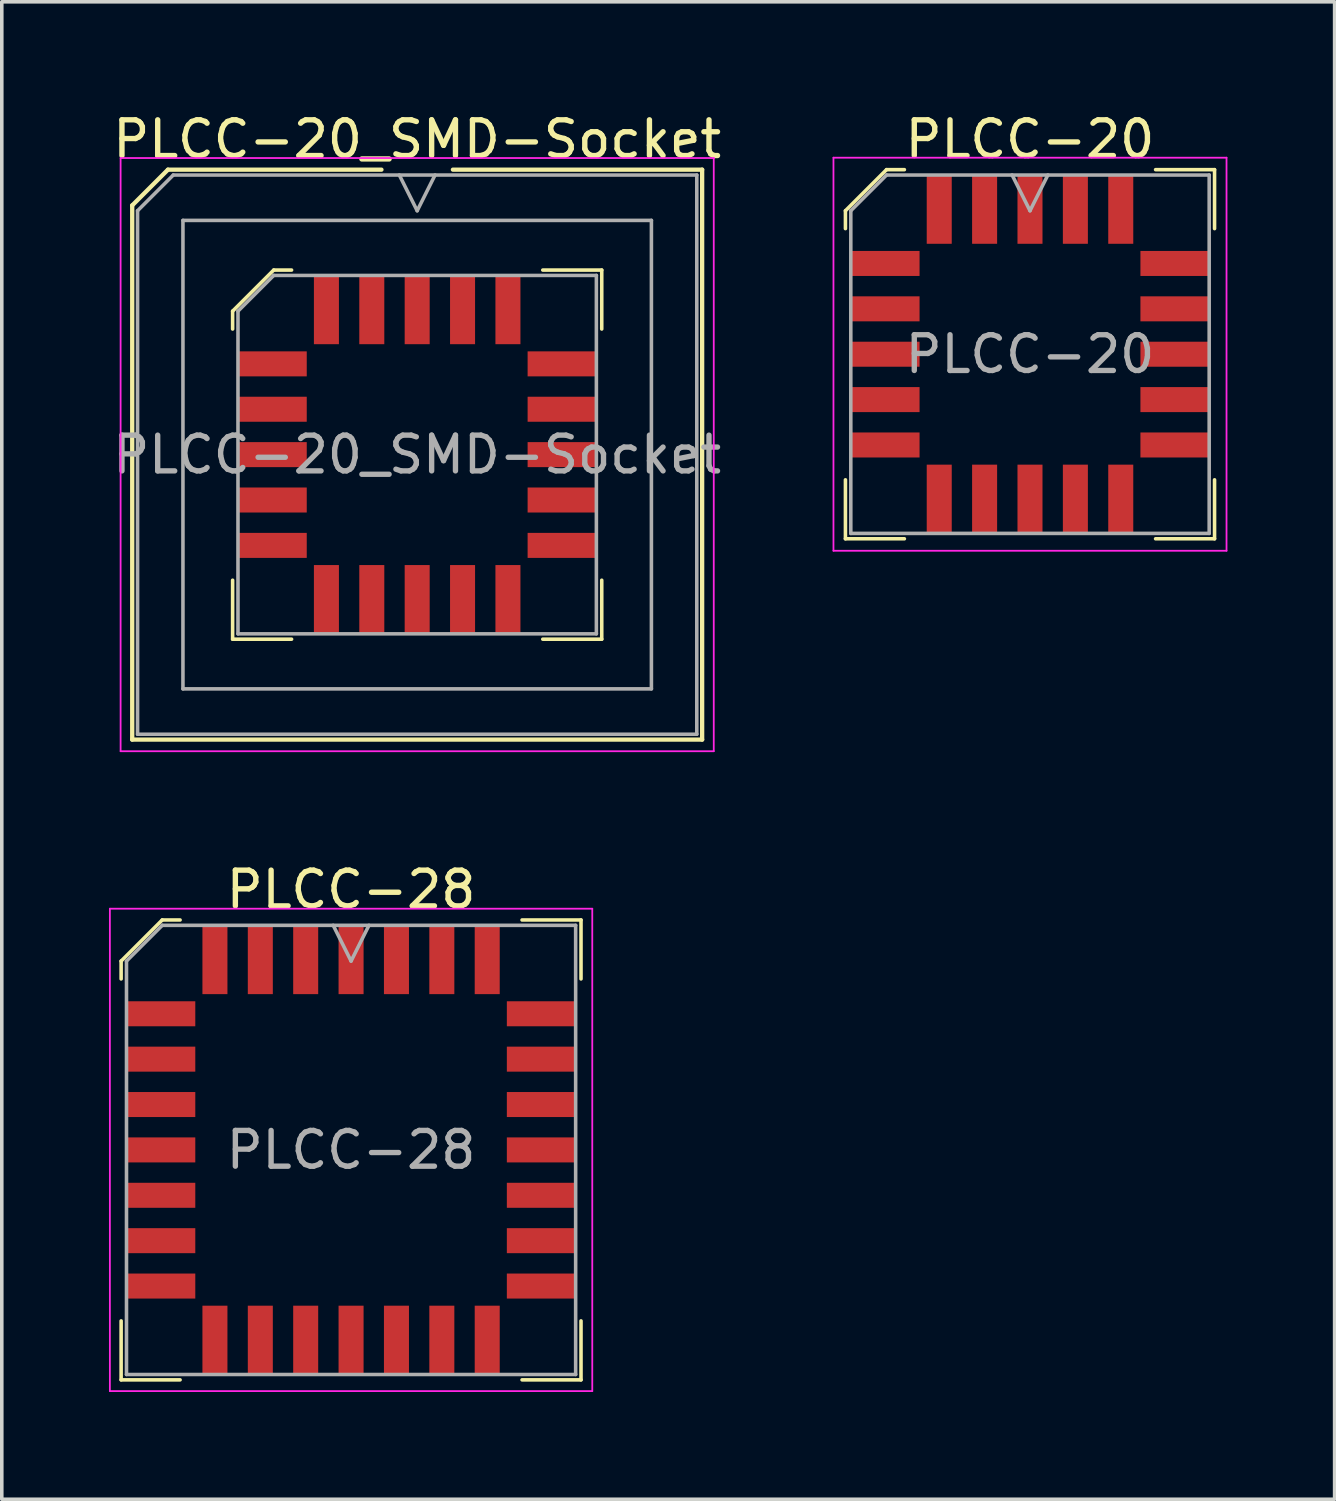
<source format=kicad_pcb>
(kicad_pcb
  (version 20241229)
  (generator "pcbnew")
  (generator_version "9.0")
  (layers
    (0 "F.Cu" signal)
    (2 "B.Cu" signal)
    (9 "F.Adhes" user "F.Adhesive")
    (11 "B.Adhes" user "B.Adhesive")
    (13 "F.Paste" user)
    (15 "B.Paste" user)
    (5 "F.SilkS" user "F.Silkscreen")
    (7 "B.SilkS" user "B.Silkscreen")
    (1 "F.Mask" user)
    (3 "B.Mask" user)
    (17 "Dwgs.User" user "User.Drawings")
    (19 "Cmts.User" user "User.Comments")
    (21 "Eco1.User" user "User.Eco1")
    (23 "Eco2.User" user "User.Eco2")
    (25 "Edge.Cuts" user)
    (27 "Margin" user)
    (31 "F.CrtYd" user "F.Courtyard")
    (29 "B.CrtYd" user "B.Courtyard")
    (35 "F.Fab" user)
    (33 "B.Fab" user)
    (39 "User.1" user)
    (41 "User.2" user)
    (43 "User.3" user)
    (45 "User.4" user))
  (footprint "PLCC-20"
    (layer "F.Cu")
    (at 25.775 6.863)
    (property "Reference" "PLCC-20" (at 0 -6.015 0) (layer "F.SilkS") (effects (font (size 1 1) (thickness 0.15))))
    (attr smd)
    (fp_line (start -5.165 -4.015) (end -5.165 -3.515) (stroke (width 0.1) (type solid)) (layer "F.SilkS"))
    (fp_line (start -5.165 5.165) (end -5.165 3.515) (stroke (width 0.1) (type solid)) (layer "F.SilkS"))
    (fp_line (start -4.015 -5.165) (end -5.165 -4.015) (stroke (width 0.1) (type solid)) (layer "F.SilkS"))
    (fp_line (start -3.515 -5.165) (end -4.015 -5.165) (stroke (width 0.1) (type solid)) (layer "F.SilkS"))
    (fp_line (start -3.515 5.165) (end -5.165 5.165) (stroke (width 0.1) (type solid)) (layer "F.SilkS"))
    (fp_line (start 3.515 -5.165) (end 5.165 -5.165) (stroke (width 0.1) (type solid)) (layer "F.SilkS"))
    (fp_line (start 3.515 5.165) (end 5.165 5.165) (stroke (width 0.1) (type solid)) (layer "F.SilkS"))
    (fp_line (start 5.165 -5.165) (end 5.165 -3.515) (stroke (width 0.1) (type solid)) (layer "F.SilkS"))
    (fp_line (start 5.165 5.165) (end 5.165 3.515) (stroke (width 0.1) (type solid)) (layer "F.SilkS"))
    (fp_line (start -5.5 -5.5) (end -5.5 5.5) (stroke (width 0.05) (type solid)) (layer "F.CrtYd"))
    (fp_line (start -5.5 5.5) (end 5.5 5.5) (stroke (width 0.05) (type solid)) (layer "F.CrtYd"))
    (fp_line (start 5.5 -5.5) (end -5.5 -5.5) (stroke (width 0.05) (type solid)) (layer "F.CrtYd"))
    (fp_line (start 5.5 5.5) (end 5.5 -5.5) (stroke (width 0.05) (type solid)) (layer "F.CrtYd"))
    (fp_line (start -5.015 -4.015) (end -5.015 5.015) (stroke (width 0.1) (type solid)) (layer "F.Fab"))
    (fp_line (start -5.015 5.015) (end 5.015 5.015) (stroke (width 0.1) (type solid)) (layer "F.Fab"))
    (fp_line (start -4.015 -5.015) (end -5.015 -4.015) (stroke (width 0.1) (type solid)) (layer "F.Fab"))
    (fp_line (start -0.5 -5.015) (end 0 -4.015) (stroke (width 0.1) (type solid)) (layer "F.Fab"))
    (fp_line (start 0 -4.015) (end 0.5 -5.015) (stroke (width 0.1) (type solid)) (layer "F.Fab"))
    (fp_line (start 5.015 -5.015) (end -4.015 -5.015) (stroke (width 0.1) (type solid)) (layer "F.Fab"))
    (fp_line (start 5.015 5.015) (end 5.015 -5.015) (stroke (width 0.1) (type solid)) (layer "F.Fab"))
    (fp_text user "${REFERENCE}" (at 0 0 0) (layer "F.Fab") (effects (font (size 1 1) (thickness 0.15))))
    (pad "1" smd rect (at 0 -4.053) (size 0.7 1.925) (layers "F.Cu" "F.Mask" "F.Paste"))
    (pad "2" smd rect (at -1.27 -4.053) (size 0.7 1.925) (layers "F.Cu" "F.Mask" "F.Paste"))
    (pad "3" smd rect (at -2.54 -4.053) (size 0.7 1.925) (layers "F.Cu" "F.Mask" "F.Paste"))
    (pad "4" smd rect (at -4.053 -2.54) (size 1.925 0.7) (layers "F.Cu" "F.Mask" "F.Paste"))
    (pad "5" smd rect (at -4.053 -1.27) (size 1.925 0.7) (layers "F.Cu" "F.Mask" "F.Paste"))
    (pad "6" smd rect (at -4.053 0) (size 1.925 0.7) (layers "F.Cu" "F.Mask" "F.Paste"))
    (pad "7" smd rect (at -4.053 1.27) (size 1.925 0.7) (layers "F.Cu" "F.Mask" "F.Paste"))
    (pad "8" smd rect (at -4.053 2.54) (size 1.925 0.7) (layers "F.Cu" "F.Mask" "F.Paste"))
    (pad "9" smd rect (at -2.54 4.053) (size 0.7 1.925) (layers "F.Cu" "F.Mask" "F.Paste"))
    (pad "10" smd rect (at -1.27 4.053) (size 0.7 1.925) (layers "F.Cu" "F.Mask" "F.Paste"))
    (pad "11" smd rect (at 0 4.053) (size 0.7 1.925) (layers "F.Cu" "F.Mask" "F.Paste"))
    (pad "12" smd rect (at 1.27 4.053) (size 0.7 1.925) (layers "F.Cu" "F.Mask" "F.Paste"))
    (pad "13" smd rect (at 2.54 4.053) (size 0.7 1.925) (layers "F.Cu" "F.Mask" "F.Paste"))
    (pad "14" smd rect (at 4.053 2.54) (size 1.925 0.7) (layers "F.Cu" "F.Mask" "F.Paste"))
    (pad "15" smd rect (at 4.053 1.27) (size 1.925 0.7) (layers "F.Cu" "F.Mask" "F.Paste"))
    (pad "16" smd rect (at 4.053 0) (size 1.925 0.7) (layers "F.Cu" "F.Mask" "F.Paste"))
    (pad "17" smd rect (at 4.053 -1.27) (size 1.925 0.7) (layers "F.Cu" "F.Mask" "F.Paste"))
    (pad "18" smd rect (at 4.053 -2.54) (size 1.925 0.7) (layers "F.Cu" "F.Mask" "F.Paste"))
    (pad "19" smd rect (at 2.54 -4.053) (size 0.7 1.925) (layers "F.Cu" "F.Mask" "F.Paste"))
    (pad "20" smd rect (at 1.27 -4.053) (size 0.7 1.925) (layers "F.Cu" "F.Mask" "F.Paste")))
  (footprint "PLCC-20_SMD-Socket"
    (layer "F.Cu")
    (at 8.625 9.673)
    (property "Reference" "PLCC-20_SMD-Socket" (at 0 -8.825 0) (layer "F.SilkS") (effects (font (size 1 1) (thickness 0.15))))
    (attr smd)
    (fp_line (start -7.975 -6.975) (end -7.975 7.975) (stroke (width 0.12) (type solid)) (layer "F.SilkS"))
    (fp_line (start -7.975 7.975) (end 7.975 7.975) (stroke (width 0.12) (type solid)) (layer "F.SilkS"))
    (fp_line (start -6.975 -7.975) (end -7.975 -6.975) (stroke (width 0.12) (type solid)) (layer "F.SilkS"))
    (fp_line (start -5.165 -4.015) (end -5.165 -3.515) (stroke (width 0.1) (type solid)) (layer "F.SilkS"))
    (fp_line (start -5.165 5.165) (end -5.165 3.515) (stroke (width 0.1) (type solid)) (layer "F.SilkS"))
    (fp_line (start -4.015 -5.165) (end -5.165 -4.015) (stroke (width 0.1) (type solid)) (layer "F.SilkS"))
    (fp_line (start -3.515 -5.165) (end -4.015 -5.165) (stroke (width 0.1) (type solid)) (layer "F.SilkS"))
    (fp_line (start -3.515 5.165) (end -5.165 5.165) (stroke (width 0.1) (type solid)) (layer "F.SilkS"))
    (fp_line (start -1 -7.975) (end -6.975 -7.975) (stroke (width 0.12) (type solid)) (layer "F.SilkS"))
    (fp_line (start 3.515 -5.165) (end 5.165 -5.165) (stroke (width 0.1) (type solid)) (layer "F.SilkS"))
    (fp_line (start 3.515 5.165) (end 5.165 5.165) (stroke (width 0.1) (type solid)) (layer "F.SilkS"))
    (fp_line (start 5.165 -5.165) (end 5.165 -3.515) (stroke (width 0.1) (type solid)) (layer "F.SilkS"))
    (fp_line (start 5.165 5.165) (end 5.165 3.515) (stroke (width 0.1) (type solid)) (layer "F.SilkS"))
    (fp_line (start 7.975 -7.975) (end 1 -7.975) (stroke (width 0.12) (type solid)) (layer "F.SilkS"))
    (fp_line (start 7.975 7.975) (end 7.975 -7.975) (stroke (width 0.12) (type solid)) (layer "F.SilkS"))
    (fp_line (start -8.3 -8.3) (end -8.3 8.3) (stroke (width 0.05) (type solid)) (layer "F.CrtYd"))
    (fp_line (start -8.3 8.3) (end 8.3 8.3) (stroke (width 0.05) (type solid)) (layer "F.CrtYd"))
    (fp_line (start 8.3 -8.3) (end -8.3 -8.3) (stroke (width 0.05) (type solid)) (layer "F.CrtYd"))
    (fp_line (start 8.3 8.3) (end 8.3 -8.3) (stroke (width 0.05) (type solid)) (layer "F.CrtYd"))
    (fp_line (start -7.825 -6.825) (end -7.825 7.825) (stroke (width 0.1) (type solid)) (layer "F.Fab"))
    (fp_line (start -7.825 7.825) (end 7.825 7.825) (stroke (width 0.1) (type solid)) (layer "F.Fab"))
    (fp_line (start -6.825 -7.825) (end -7.825 -6.825) (stroke (width 0.1) (type solid)) (layer "F.Fab"))
    (fp_line (start -6.555 -6.555) (end -6.555 6.555) (stroke (width 0.1) (type solid)) (layer "F.Fab"))
    (fp_line (start -6.555 6.555) (end 6.555 6.555) (stroke (width 0.1) (type solid)) (layer "F.Fab"))
    (fp_line (start -5.015 -4.015) (end -5.015 5.015) (stroke (width 0.1) (type solid)) (layer "F.Fab"))
    (fp_line (start -5.015 5.015) (end 5.015 5.015) (stroke (width 0.1) (type solid)) (layer "F.Fab"))
    (fp_line (start -4.015 -5.015) (end -5.015 -4.015) (stroke (width 0.1) (type solid)) (layer "F.Fab"))
    (fp_line (start -0.5 -7.825) (end 0 -6.825) (stroke (width 0.1) (type solid)) (layer "F.Fab"))
    (fp_line (start 0 -6.825) (end 0.5 -7.825) (stroke (width 0.1) (type solid)) (layer "F.Fab"))
    (fp_line (start 5.015 -5.015) (end -4.015 -5.015) (stroke (width 0.1) (type solid)) (layer "F.Fab"))
    (fp_line (start 5.015 5.015) (end 5.015 -5.015) (stroke (width 0.1) (type solid)) (layer "F.Fab"))
    (fp_line (start 6.555 -6.555) (end -6.555 -6.555) (stroke (width 0.1) (type solid)) (layer "F.Fab"))
    (fp_line (start 6.555 6.555) (end 6.555 -6.555) (stroke (width 0.1) (type solid)) (layer "F.Fab"))
    (fp_line (start 7.825 -7.825) (end -6.825 -7.825) (stroke (width 0.1) (type solid)) (layer "F.Fab"))
    (fp_line (start 7.825 7.825) (end 7.825 -7.825) (stroke (width 0.1) (type solid)) (layer "F.Fab"))
    (fp_text user "${REFERENCE}" (at 0 0 0) (layer "F.Fab") (effects (font (size 1 1) (thickness 0.15))))
    (pad "1" smd rect (at 0 -4.053) (size 0.7 1.925) (layers "F.Cu" "F.Mask" "F.Paste"))
    (pad "2" smd rect (at -1.27 -4.053) (size 0.7 1.925) (layers "F.Cu" "F.Mask" "F.Paste"))
    (pad "3" smd rect (at -2.54 -4.053) (size 0.7 1.925) (layers "F.Cu" "F.Mask" "F.Paste"))
    (pad "4" smd rect (at -4.053 -2.54) (size 1.925 0.7) (layers "F.Cu" "F.Mask" "F.Paste"))
    (pad "5" smd rect (at -4.053 -1.27) (size 1.925 0.7) (layers "F.Cu" "F.Mask" "F.Paste"))
    (pad "6" smd rect (at -4.053 0) (size 1.925 0.7) (layers "F.Cu" "F.Mask" "F.Paste"))
    (pad "7" smd rect (at -4.053 1.27) (size 1.925 0.7) (layers "F.Cu" "F.Mask" "F.Paste"))
    (pad "8" smd rect (at -4.053 2.54) (size 1.925 0.7) (layers "F.Cu" "F.Mask" "F.Paste"))
    (pad "9" smd rect (at -2.54 4.053) (size 0.7 1.925) (layers "F.Cu" "F.Mask" "F.Paste"))
    (pad "10" smd rect (at -1.27 4.053) (size 0.7 1.925) (layers "F.Cu" "F.Mask" "F.Paste"))
    (pad "11" smd rect (at 0 4.053) (size 0.7 1.925) (layers "F.Cu" "F.Mask" "F.Paste"))
    (pad "12" smd rect (at 1.27 4.053) (size 0.7 1.925) (layers "F.Cu" "F.Mask" "F.Paste"))
    (pad "13" smd rect (at 2.54 4.053) (size 0.7 1.925) (layers "F.Cu" "F.Mask" "F.Paste"))
    (pad "14" smd rect (at 4.053 2.54) (size 1.925 0.7) (layers "F.Cu" "F.Mask" "F.Paste"))
    (pad "15" smd rect (at 4.053 1.27) (size 1.925 0.7) (layers "F.Cu" "F.Mask" "F.Paste"))
    (pad "16" smd rect (at 4.053 0) (size 1.925 0.7) (layers "F.Cu" "F.Mask" "F.Paste"))
    (pad "17" smd rect (at 4.053 -1.27) (size 1.925 0.7) (layers "F.Cu" "F.Mask" "F.Paste"))
    (pad "18" smd rect (at 4.053 -2.54) (size 1.925 0.7) (layers "F.Cu" "F.Mask" "F.Paste"))
    (pad "19" smd rect (at 2.54 -4.053) (size 0.7 1.925) (layers "F.Cu" "F.Mask" "F.Paste"))
    (pad "20" smd rect (at 1.27 -4.053) (size 0.7 1.925) (layers "F.Cu" "F.Mask" "F.Paste")))
  (footprint "PLCC-28"
    (layer "F.Cu")
    (at 6.775 29.131)
    (property "Reference" "PLCC-28" (at 0 -7.285 0) (layer "F.SilkS") (effects (font (size 1 1) (thickness 0.15))))
    (attr smd)
    (fp_line (start -6.435 -5.285) (end -6.435 -4.785) (stroke (width 0.1) (type solid)) (layer "F.SilkS"))
    (fp_line (start -6.435 6.435) (end -6.435 4.785) (stroke (width 0.1) (type solid)) (layer "F.SilkS"))
    (fp_line (start -5.285 -6.435) (end -6.435 -5.285) (stroke (width 0.1) (type solid)) (layer "F.SilkS"))
    (fp_line (start -4.785 -6.435) (end -5.285 -6.435) (stroke (width 0.1) (type solid)) (layer "F.SilkS"))
    (fp_line (start -4.785 6.435) (end -6.435 6.435) (stroke (width 0.1) (type solid)) (layer "F.SilkS"))
    (fp_line (start 4.785 -6.435) (end 6.435 -6.435) (stroke (width 0.1) (type solid)) (layer "F.SilkS"))
    (fp_line (start 4.785 6.435) (end 6.435 6.435) (stroke (width 0.1) (type solid)) (layer "F.SilkS"))
    (fp_line (start 6.435 -6.435) (end 6.435 -4.785) (stroke (width 0.1) (type solid)) (layer "F.SilkS"))
    (fp_line (start 6.435 6.435) (end 6.435 4.785) (stroke (width 0.1) (type solid)) (layer "F.SilkS"))
    (fp_line (start -6.75 -6.75) (end -6.75 6.75) (stroke (width 0.05) (type solid)) (layer "F.CrtYd"))
    (fp_line (start -6.75 6.75) (end 6.75 6.75) (stroke (width 0.05) (type solid)) (layer "F.CrtYd"))
    (fp_line (start 6.75 -6.75) (end -6.75 -6.75) (stroke (width 0.05) (type solid)) (layer "F.CrtYd"))
    (fp_line (start 6.75 6.75) (end 6.75 -6.75) (stroke (width 0.05) (type solid)) (layer "F.CrtYd"))
    (fp_line (start -6.285 -5.285) (end -6.285 6.285) (stroke (width 0.1) (type solid)) (layer "F.Fab"))
    (fp_line (start -6.285 6.285) (end 6.285 6.285) (stroke (width 0.1) (type solid)) (layer "F.Fab"))
    (fp_line (start -5.285 -6.285) (end -6.285 -5.285) (stroke (width 0.1) (type solid)) (layer "F.Fab"))
    (fp_line (start -0.5 -6.285) (end 0 -5.285) (stroke (width 0.1) (type solid)) (layer "F.Fab"))
    (fp_line (start 0 -5.285) (end 0.5 -6.285) (stroke (width 0.1) (type solid)) (layer "F.Fab"))
    (fp_line (start 6.285 -6.285) (end -5.285 -6.285) (stroke (width 0.1) (type solid)) (layer "F.Fab"))
    (fp_line (start 6.285 6.285) (end 6.285 -6.285) (stroke (width 0.1) (type solid)) (layer "F.Fab"))
    (fp_text user "${REFERENCE}" (at 0 0 0) (layer "F.Fab") (effects (font (size 1 1) (thickness 0.15))))
    (pad "1" smd rect (at 0 -5.322) (size 0.7 1.925) (layers "F.Cu" "F.Mask" "F.Paste"))
    (pad "2" smd rect (at -1.27 -5.322) (size 0.7 1.925) (layers "F.Cu" "F.Mask" "F.Paste"))
    (pad "3" smd rect (at -2.54 -5.322) (size 0.7 1.925) (layers "F.Cu" "F.Mask" "F.Paste"))
    (pad "4" smd rect (at -3.81 -5.322) (size 0.7 1.925) (layers "F.Cu" "F.Mask" "F.Paste"))
    (pad "5" smd rect (at -5.322 -3.81) (size 1.925 0.7) (layers "F.Cu" "F.Mask" "F.Paste"))
    (pad "6" smd rect (at -5.322 -2.54) (size 1.925 0.7) (layers "F.Cu" "F.Mask" "F.Paste"))
    (pad "7" smd rect (at -5.322 -1.27) (size 1.925 0.7) (layers "F.Cu" "F.Mask" "F.Paste"))
    (pad "8" smd rect (at -5.322 0) (size 1.925 0.7) (layers "F.Cu" "F.Mask" "F.Paste"))
    (pad "9" smd rect (at -5.322 1.27) (size 1.925 0.7) (layers "F.Cu" "F.Mask" "F.Paste"))
    (pad "10" smd rect (at -5.322 2.54) (size 1.925 0.7) (layers "F.Cu" "F.Mask" "F.Paste"))
    (pad "11" smd rect (at -5.322 3.81) (size 1.925 0.7) (layers "F.Cu" "F.Mask" "F.Paste"))
    (pad "12" smd rect (at -3.81 5.322) (size 0.7 1.925) (layers "F.Cu" "F.Mask" "F.Paste"))
    (pad "13" smd rect (at -2.54 5.322) (size 0.7 1.925) (layers "F.Cu" "F.Mask" "F.Paste"))
    (pad "14" smd rect (at -1.27 5.322) (size 0.7 1.925) (layers "F.Cu" "F.Mask" "F.Paste"))
    (pad "15" smd rect (at 0 5.322) (size 0.7 1.925) (layers "F.Cu" "F.Mask" "F.Paste"))
    (pad "16" smd rect (at 1.27 5.322) (size 0.7 1.925) (layers "F.Cu" "F.Mask" "F.Paste"))
    (pad "17" smd rect (at 2.54 5.322) (size 0.7 1.925) (layers "F.Cu" "F.Mask" "F.Paste"))
    (pad "18" smd rect (at 3.81 5.322) (size 0.7 1.925) (layers "F.Cu" "F.Mask" "F.Paste"))
    (pad "19" smd rect (at 5.322 3.81) (size 1.925 0.7) (layers "F.Cu" "F.Mask" "F.Paste"))
    (pad "20" smd rect (at 5.322 2.54) (size 1.925 0.7) (layers "F.Cu" "F.Mask" "F.Paste"))
    (pad "21" smd rect (at 5.322 1.27) (size 1.925 0.7) (layers "F.Cu" "F.Mask" "F.Paste"))
    (pad "22" smd rect (at 5.322 0) (size 1.925 0.7) (layers "F.Cu" "F.Mask" "F.Paste"))
    (pad "23" smd rect (at 5.322 -1.27) (size 1.925 0.7) (layers "F.Cu" "F.Mask" "F.Paste"))
    (pad "24" smd rect (at 5.322 -2.54) (size 1.925 0.7) (layers "F.Cu" "F.Mask" "F.Paste"))
    (pad "25" smd rect (at 5.322 -3.81) (size 1.925 0.7) (layers "F.Cu" "F.Mask" "F.Paste"))
    (pad "26" smd rect (at 3.81 -5.322) (size 0.7 1.925) (layers "F.Cu" "F.Mask" "F.Paste"))
    (pad "27" smd rect (at 2.54 -5.322) (size 0.7 1.925) (layers "F.Cu" "F.Mask" "F.Paste"))
    (pad "28" smd rect (at 1.27 -5.322) (size 0.7 1.925) (layers "F.Cu" "F.Mask" "F.Paste")))
  (gr_rect
    (start -3 -3)
    (end 34.3 38.907)
    (stroke (width 0.1) (type default))
    (fill no)
    (layer "Edge.Cuts")))
</source>
